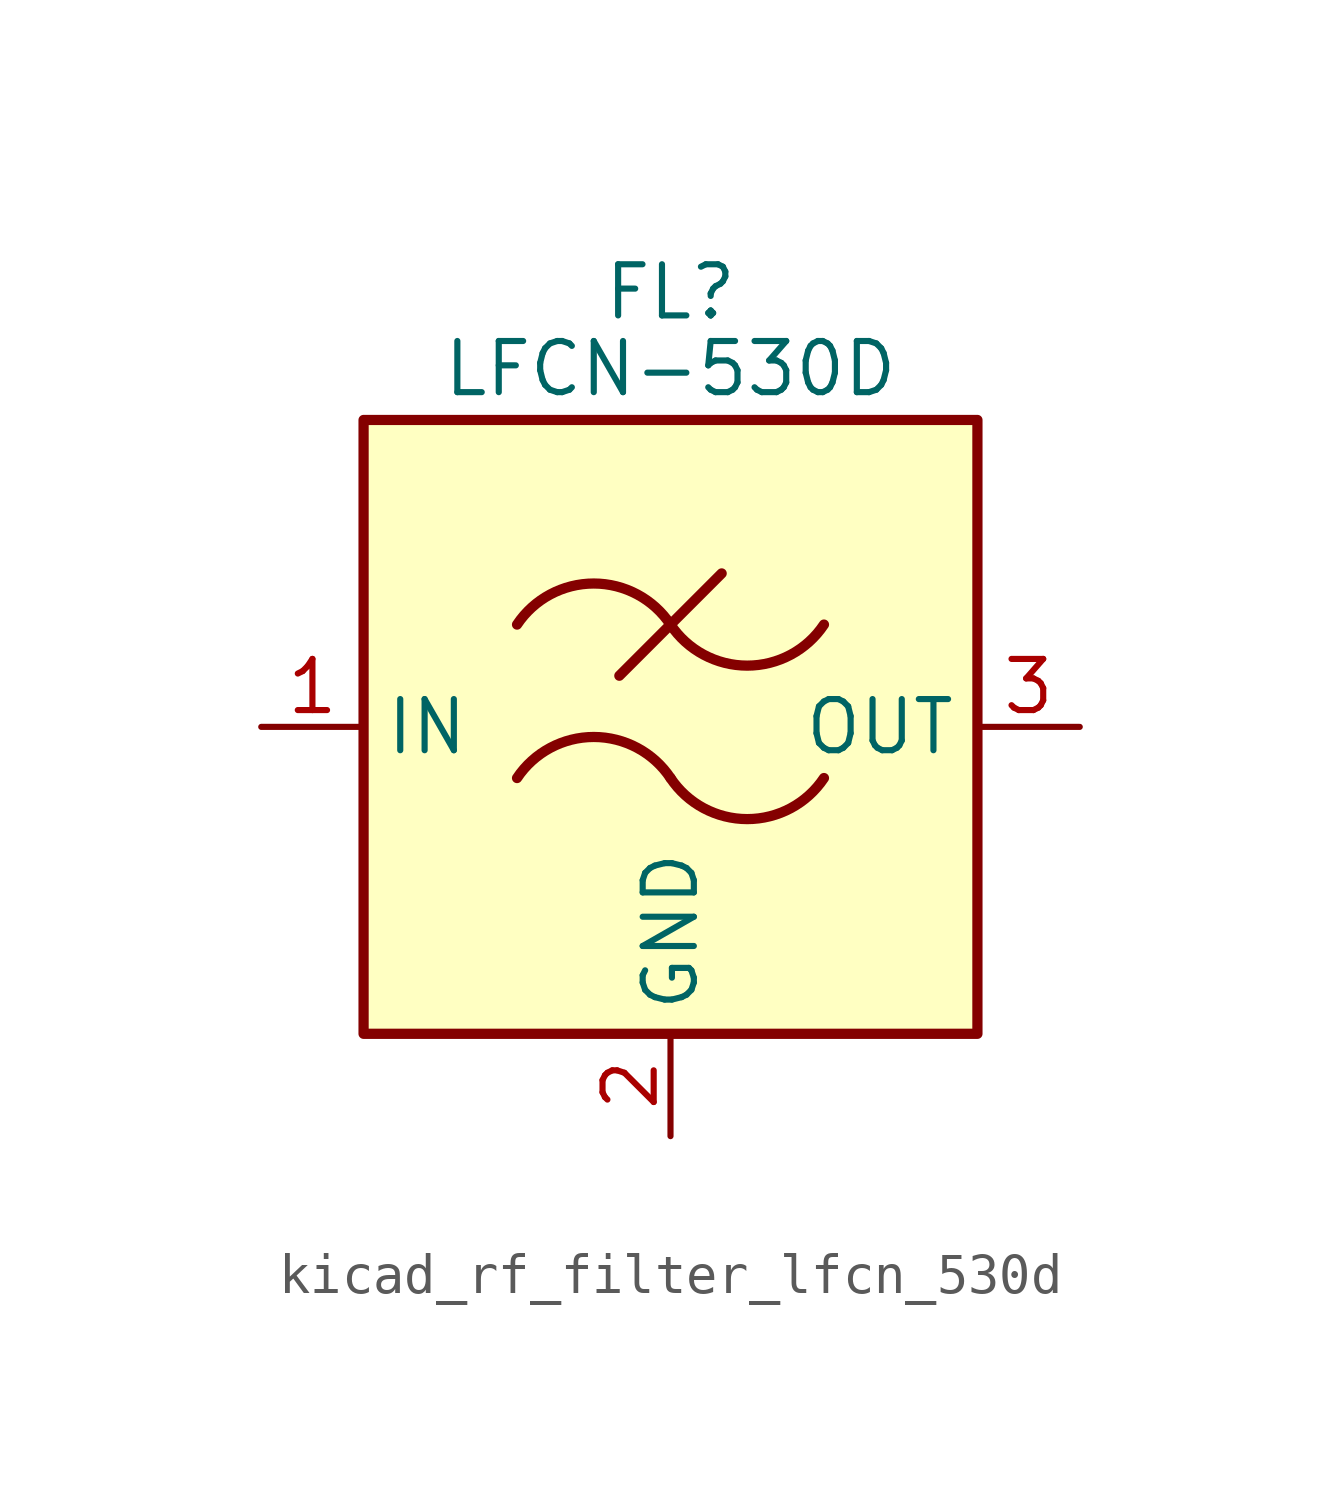
<source format=kicad_sym>
(kicad_symbol_lib
  (version 20220914)
  (generator kicad_symbol_editor)
  (symbol "kicad_rf_filter_lfcn_530d"
    (property "Reference" "FL"
      (at 0 10.795 0)
      (effects (font (size 1.27 1.27))))
    (property "Value" "LFCN-530D"
      (at 0 8.89 0)
      (effects (font (size 1.27 1.27))))
    (symbol "kicad_rf_filter_lfcn_530d_0_1"
      (rectangle (start -7.62 7.62) (end 7.62 -7.62) (stroke (width 0.254) (type default)) (fill (type background)))
      (arc (start 0 -1.27) (mid -1.905 -0.2505) (end -3.81 -1.27) (stroke (width 0.254) (type default)) (fill (type none)))
      (arc (start 0 -1.27) (mid 1.905 -2.2895) (end 3.81 -1.27) (stroke (width 0.254) (type default)) (fill (type none)))
      (polyline (pts (xy -1.27 1.27) (xy 1.27 3.81)) (stroke (width 0.254) (type default)) (fill (type none)))
      (arc (start 0 2.54) (mid -1.905 3.5595) (end -3.81 2.54) (stroke (width 0.254) (type default)) (fill (type none)))
      (arc (start 0 2.54) (mid 1.905 1.5205) (end 3.81 2.54) (stroke (width 0.254) (type default)) (fill (type none))))
    (symbol "kicad_rf_filter_lfcn_530d_1_1"
      (pin passive line (at -10.16 0 0) (length 2.54) (name "IN" (effects (font (size 1.27 1.27)))) (number "1" (effects (font (size 1.27 1.27)))))
      (pin passive line (at 0 -10.16 90) (length 2.54) (name "GND" (effects (font (size 1.27 1.27)))) (number "2" (effects (font (size 1.27 1.27)))))
      (pin passive line (at 10.16 0 180) (length 2.54) (name "OUT" (effects (font (size 1.27 1.27)))) (number "3" (effects (font (size 1.27 1.27)))))
      (pin passive line (at 0 -10.16 90) (length 2.54) hide (name "GND" (effects (font (size 1.27 1.27)))) (number "4" (effects (font (size 1.27 1.27))))))))
</source>
